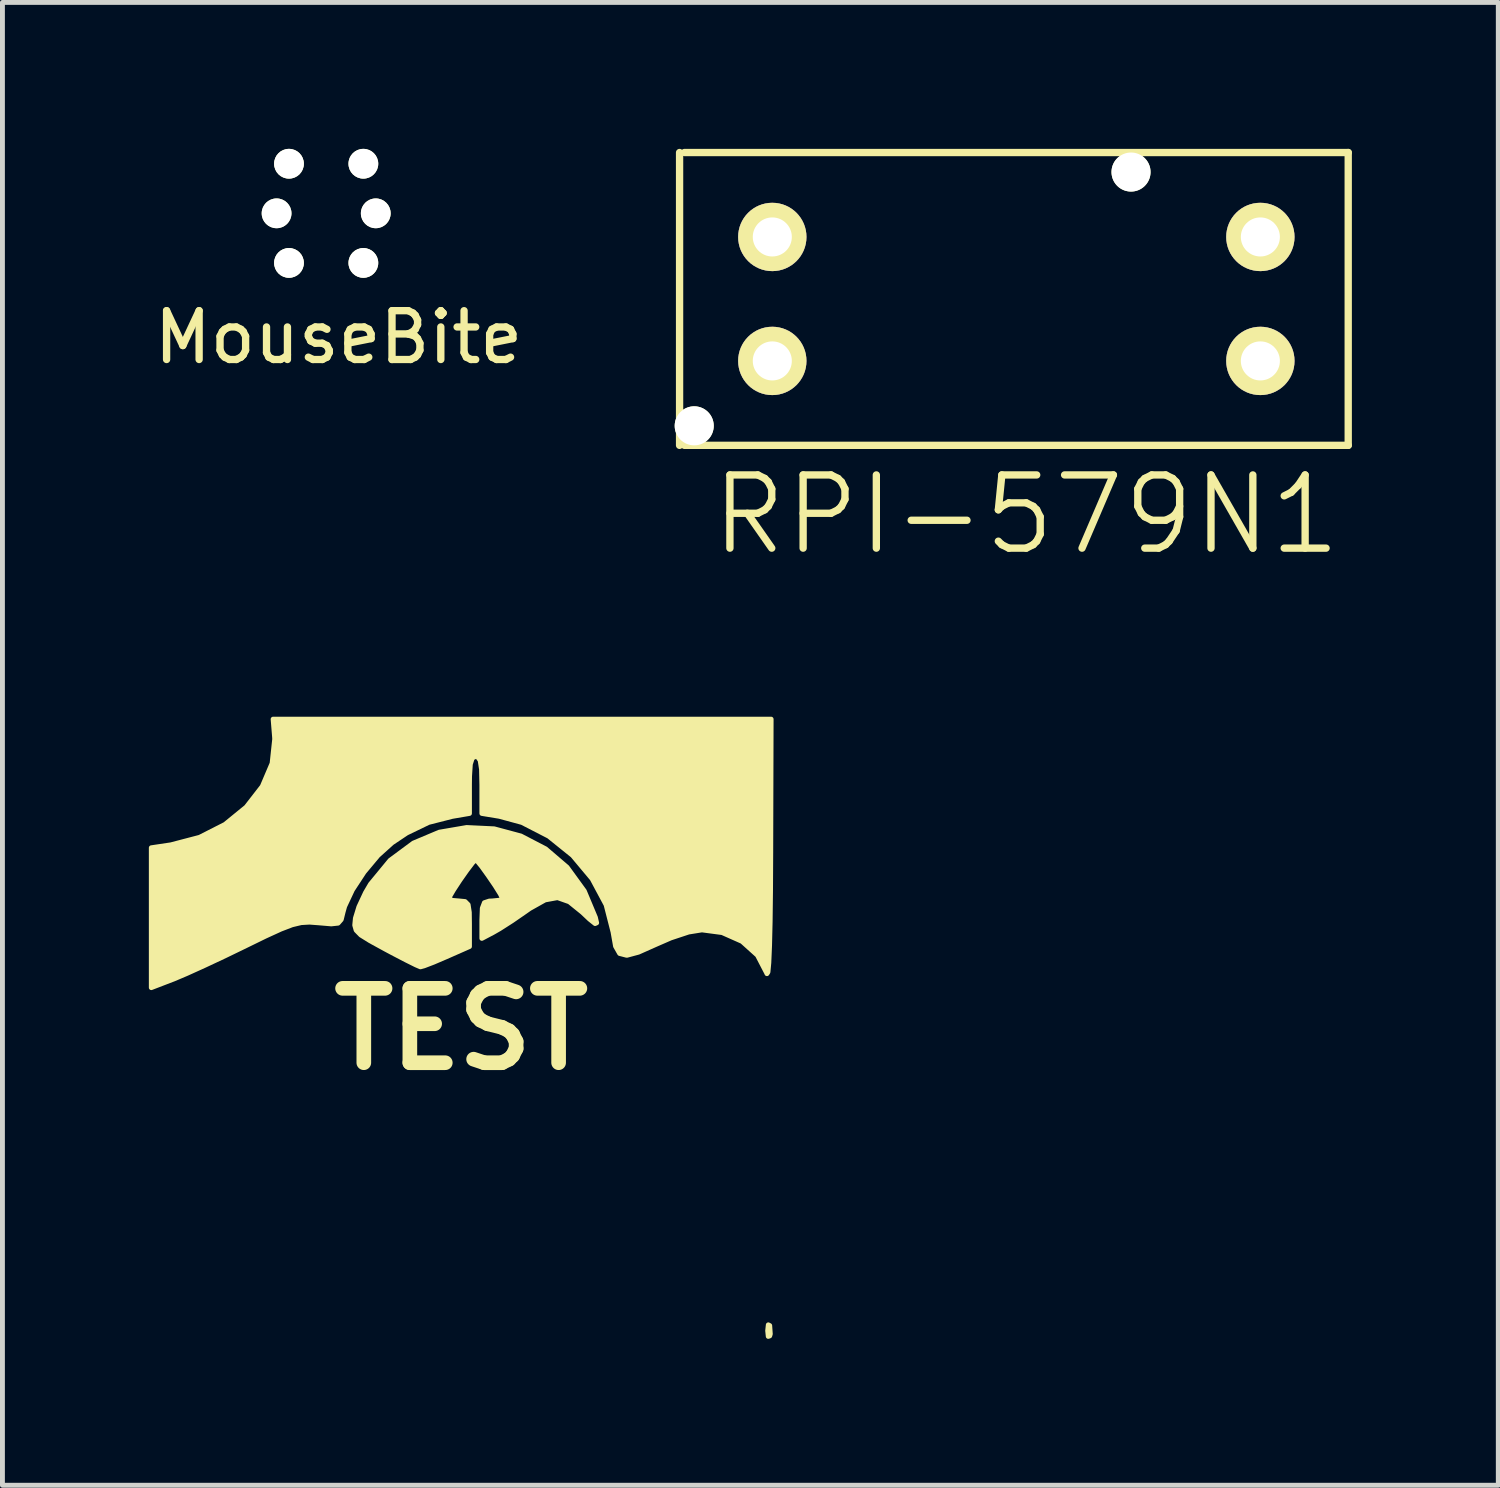
<source format=kicad_pcb>
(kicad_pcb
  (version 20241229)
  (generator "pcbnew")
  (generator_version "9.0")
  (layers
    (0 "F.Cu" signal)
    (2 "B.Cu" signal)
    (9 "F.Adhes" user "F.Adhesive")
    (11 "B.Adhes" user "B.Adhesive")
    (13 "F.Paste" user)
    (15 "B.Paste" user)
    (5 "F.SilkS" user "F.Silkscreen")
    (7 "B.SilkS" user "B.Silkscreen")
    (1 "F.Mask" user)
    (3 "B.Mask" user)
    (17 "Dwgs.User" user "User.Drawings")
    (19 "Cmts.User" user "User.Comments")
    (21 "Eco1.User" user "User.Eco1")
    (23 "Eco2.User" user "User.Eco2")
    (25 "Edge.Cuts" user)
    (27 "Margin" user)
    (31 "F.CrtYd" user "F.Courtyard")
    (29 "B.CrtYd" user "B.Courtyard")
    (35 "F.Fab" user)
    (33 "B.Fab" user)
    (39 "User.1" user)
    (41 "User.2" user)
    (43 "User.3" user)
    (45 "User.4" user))
  (footprint "TEST"
    (layer "F.Cu")
    (at 6.4 18.035)
    (property "Reference" "TEST" (at 0 0 0) (layer "F.SilkS") (effects (font (size 1.524 1.524) (thickness 0.3))))
    (attr through_hole)
    (fp_poly (pts (xy 6.333 6.248) (xy 6.321 6.287) (xy 6.291 6.297) (xy 6.279 6.181) (xy 6.292 6.06) (xy 6.321 6.075) (xy 6.333 6.248)) (stroke (width 0.1) (type solid)) (fill yes) (layer "F.SilkS"))
    (fp_poly (pts (xy 2.775 -2.176) (xy 2.743 -2.162) (xy 2.63 -2.252) (xy 2.482 -2.392) (xy 2.215 -2.608) (xy 1.974 -2.693) (xy 1.717 -2.646) (xy 1.403 -2.47) (xy 1.312 -2.406) (xy 1.041 -2.219) (xy 0.788 -2.057) (xy 0.656 -1.981) (xy 0.423 -1.858) (xy 0.423 -2.241) (xy 0.432 -2.477) (xy 0.475 -2.59) (xy 0.576 -2.623) (xy 0.635 -2.625) (xy 0.794 -2.641) (xy 0.847 -2.673) (xy 0.803 -2.765) (xy 0.695 -2.938) (xy 0.555 -3.143) (xy 0.42 -3.331) (xy 0.322 -3.451) (xy 0.296 -3.471) (xy 0.233 -3.408) (xy 0.114 -3.251) (xy -0.028 -3.049) (xy -0.157 -2.852) (xy -0.24 -2.71) (xy -0.254 -2.673) (xy -0.181 -2.637) (xy -0.042 -2.625) (xy 0.079 -2.613) (xy 0.142 -2.549) (xy 0.166 -2.392) (xy 0.169 -2.158) (xy 0.169 -1.691) (xy -0.307 -1.481) (xy -0.566 -1.37) (xy -0.759 -1.296) (xy -0.836 -1.275) (xy -0.93 -1.315) (xy -1.135 -1.417) (xy -1.415 -1.563) (xy -1.55 -1.635) (xy -1.864 -1.807) (xy -2.057 -1.927) (xy -2.153 -2.025) (xy -2.182 -2.128) (xy -2.169 -2.263) (xy -2.168 -2.272) (xy -2.097 -2.504) (xy -1.962 -2.793) (xy -1.859 -2.969) (xy -1.457 -3.457) (xy -0.979 -3.811) (xy -0.449 -4.034) (xy 0.111 -4.13) (xy 0.675 -4.103) (xy 1.222 -3.956) (xy 1.728 -3.693) (xy 2.169 -3.316) (xy 2.522 -2.83) (xy 2.75 -2.286) (xy 2.775 -2.176)) (stroke (width 0.1) (type solid)) (fill yes) (layer "F.SilkS"))
    (fp_poly (pts (xy 6.35 -6.35) (xy 6.342 -3.619) (xy 6.338 -2.845) (xy 6.33 -2.206) (xy 6.318 -1.708) (xy 6.303 -1.36) (xy 6.285 -1.167) (xy 6.264 -1.135) (xy 6.26 -1.146) (xy 6.07 -1.512) (xy 5.755 -1.796) (xy 5.347 -1.977) (xy 4.932 -2.032) (xy 4.658 -1.988) (xy 4.293 -1.867) (xy 3.988 -1.734) (xy 3.631 -1.575) (xy 3.393 -1.511) (xy 3.246 -1.549) (xy 3.162 -1.697) (xy 3.115 -1.963) (xy 3.112 -1.983) (xy 2.968 -2.546) (xy 2.682 -3.08) (xy 2.282 -3.558) (xy 1.794 -3.951) (xy 1.246 -4.233) (xy 0.783 -4.359) (xy 0.423 -4.418) (xy 0.423 -5.003) (xy 0.416 -5.322) (xy 0.388 -5.505) (xy 0.334 -5.58) (xy 0.296 -5.588) (xy 0.227 -5.553) (xy 0.187 -5.427) (xy 0.171 -5.178) (xy 0.169 -5.003) (xy 0.169 -4.418) (xy -0.182 -4.358) (xy -0.669 -4.234) (xy -1.118 -4.017) (xy -1.417 -3.817) (xy -1.707 -3.556) (xy -1.991 -3.216) (xy -2.23 -2.851) (xy -2.388 -2.514) (xy -2.42 -2.399) (xy -2.458 -2.244) (xy -2.523 -2.17) (xy -2.663 -2.155) (xy -2.921 -2.177) (xy -3.11 -2.191) (xy -3.28 -2.181) (xy -3.464 -2.137) (xy -3.696 -2.048) (xy -4.013 -1.903) (xy -4.414 -1.707) (xy -4.843 -1.499) (xy -5.261 -1.303) (xy -5.623 -1.139) (xy -5.884 -1.028) (xy -5.905 -1.02) (xy -6.35 -0.849) (xy -6.35 -2.282) (xy -6.35 -3.715) (xy -5.948 -3.775) (xy -5.36 -3.929) (xy -4.839 -4.194) (xy -4.404 -4.549) (xy -4.076 -4.972) (xy -3.875 -5.444) (xy -3.822 -5.941) (xy -3.824 -5.981) (xy -3.854 -6.35) (xy 1.248 -6.35) (xy 6.35 -6.35)) (stroke (width 0.1) (type solid)) (fill yes) (layer "F.SilkS")))
  (footprint "RPI-579N1"
    (layer "F.Cu")
    (at 17.774 3.075)
    (property "Reference" "RPI-579N1" (at 0.203 4.42 0) (layer "F.SilkS") (effects (font (size 1.5 1.5) (thickness 0.15))))
    (attr through_hole)
    (fp_line (start -6.9 -3) (end -6.9 3) (stroke (width 0.15) (type solid)) (layer "F.SilkS"))
    (fp_line (start -6.8 -3) (end 6.8 -3) (stroke (width 0.15) (type solid)) (layer "F.SilkS"))
    (fp_line (start 6.8 -3) (end 6.8 3) (stroke (width 0.15) (type solid)) (layer "F.SilkS"))
    (fp_line (start 6.8 3) (end -6.8 3) (stroke (width 0.15) (type solid)) (layer "F.SilkS"))
    (pad "" np_thru_hole circle (at -6.6 2.6) (size 0.8 0.8) (drill 0.8) (layers "*.Cu" "*.Mask" "F.SilkS"))
    (pad "" np_thru_hole circle (at 2.35 -2.6) (size 0.8 0.8) (drill 0.8) (layers "*.Cu" "*.Mask" "F.SilkS"))
    (pad "1" thru_hole circle (at -5 -1.27) (size 1.4 1.4) (drill 0.8) (layers "*.Cu" "*.Mask" "F.SilkS"))
    (pad "2" thru_hole circle (at -5 1.27) (size 1.4 1.4) (drill 0.8) (layers "*.Cu" "*.Mask" "F.SilkS"))
    (pad "3" thru_hole circle (at 5 1.27) (size 1.4 1.4) (drill 0.8) (layers "*.Cu" "*.Mask" "F.SilkS"))
    (pad "4" thru_hole circle (at 5 -1.27) (size 1.4 1.4) (drill 0.8) (layers "*.Cu" "*.Mask" "F.SilkS")))
  (footprint "MouseBite"
    (layer "F.Cu")
    (at 2.871 0.305)
    (property "Reference" "MouseBite" (at 1.016 3.556 0) (layer "F.SilkS") (effects (font (size 1 1) (thickness 0.15))))
    (attr through_hole)
    (pad "" np_thru_hole circle (at -0.254 1.016) (size 0.61 0.61) (drill 0.61) (layers "*.Cu" "*.Mask" "F.SilkS"))
    (pad "" np_thru_hole circle (at 0 0) (size 0.61 0.61) (drill 0.61) (layers "*.Cu" "*.Mask" "F.SilkS"))
    (pad "" np_thru_hole circle (at 0 2.032) (size 0.61 0.61) (drill 0.61) (layers "*.Cu" "*.Mask" "F.SilkS"))
    (pad "" np_thru_hole circle (at 1.524 0) (size 0.61 0.61) (drill 0.61) (layers "*.Cu" "*.Mask" "F.SilkS"))
    (pad "" np_thru_hole circle (at 1.524 2.032) (size 0.61 0.61) (drill 0.61) (layers "*.Cu" "*.Mask" "F.SilkS"))
    (pad "" np_thru_hole circle (at 1.778 1.016) (size 0.61 0.61) (drill 0.61) (layers "*.Cu" "*.Mask" "F.SilkS")))
  (gr_rect
    (start -3 -3)
    (end 27.649 27.382)
    (stroke (width 0.1) (type default))
    (fill no)
    (layer "Edge.Cuts")))
</source>
